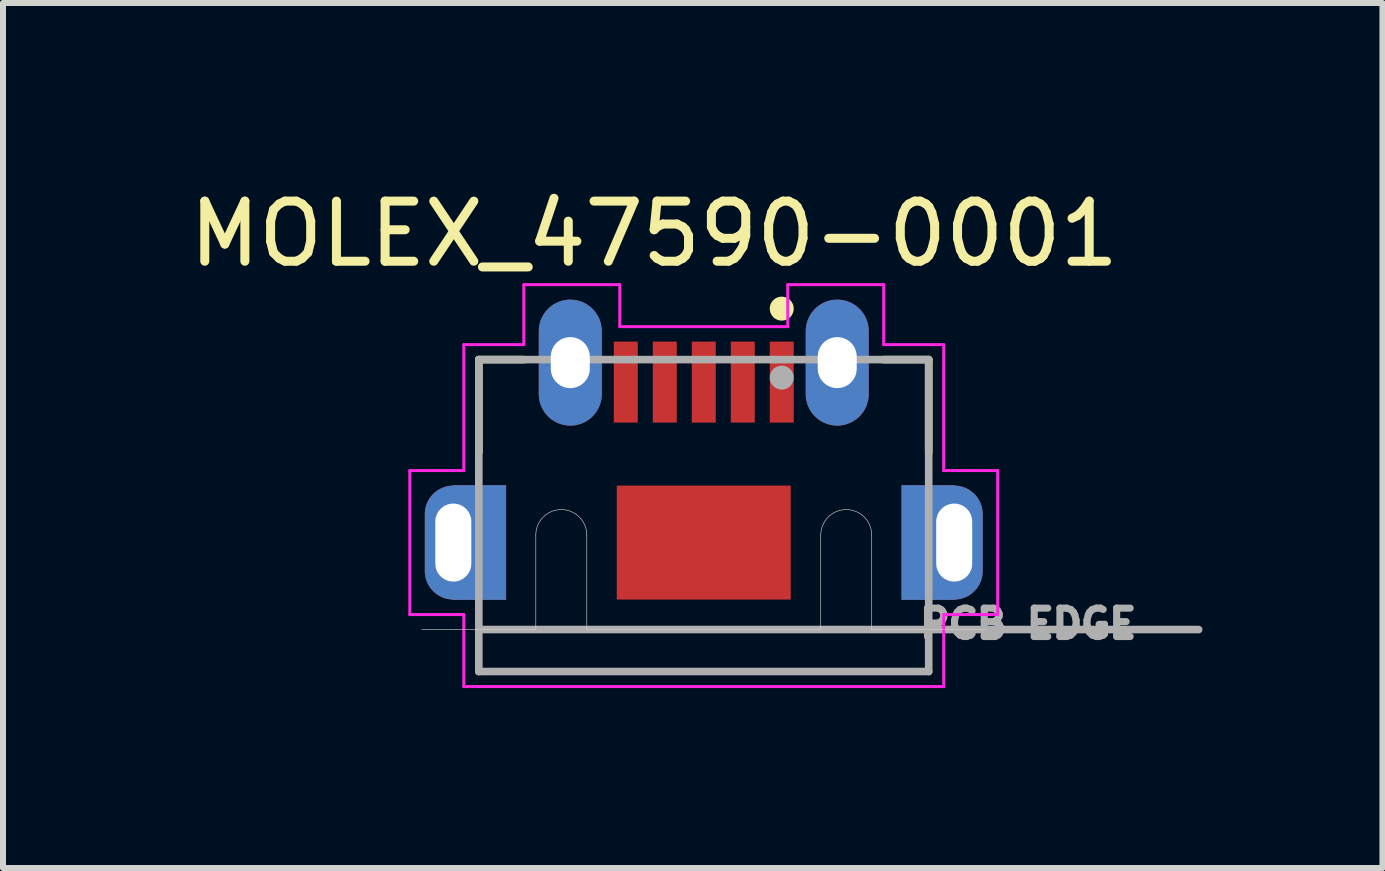
<source format=kicad_pcb>
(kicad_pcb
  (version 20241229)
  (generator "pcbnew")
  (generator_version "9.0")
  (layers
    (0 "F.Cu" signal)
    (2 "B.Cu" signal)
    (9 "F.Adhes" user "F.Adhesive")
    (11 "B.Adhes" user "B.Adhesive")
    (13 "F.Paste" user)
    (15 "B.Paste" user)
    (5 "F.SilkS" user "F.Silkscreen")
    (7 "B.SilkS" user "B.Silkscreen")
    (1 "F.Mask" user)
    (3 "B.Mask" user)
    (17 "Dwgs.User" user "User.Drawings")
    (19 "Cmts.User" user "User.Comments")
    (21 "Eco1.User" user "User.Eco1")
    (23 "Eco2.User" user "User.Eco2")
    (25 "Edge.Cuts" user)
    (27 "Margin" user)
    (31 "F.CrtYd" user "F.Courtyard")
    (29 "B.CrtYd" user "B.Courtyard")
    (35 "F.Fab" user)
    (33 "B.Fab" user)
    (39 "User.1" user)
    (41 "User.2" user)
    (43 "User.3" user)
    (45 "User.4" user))
  (footprint "MOLEX_47590-0001"
    (layer "F.Cu")
    (at 8.682 5.995)
    (property "Reference" "MOLEX_47590-0001" (at -0.827 -5.146 0) (layer "F.SilkS") (effects (font (size 1.002 1.002) (thickness 0.15))))
    (attr smd)
    (fp_poly (pts (xy -4.177 -0.95) (xy -3.3 -0.95) (xy -3.3 0.951) (xy -4.177 0.951)) (stroke (width 0.01) (type solid)) (fill yes) (layer "F.Cu"))
    (fp_poly (pts (xy 3.3 -0.95) (xy 4.175 -0.95) (xy 4.175 0.95) (xy 3.3 0.95)) (stroke (width 0.01) (type solid)) (fill yes) (layer "F.Cu"))
    (fp_poly (pts (xy -4.175 -1.05) (xy -3.2 -1.05) (xy -3.2 1.05) (xy -4.175 1.05)) (stroke (width 0.01) (type solid)) (fill yes) (layer "F.Mask"))
    (fp_poly (pts (xy 3.205 -1.05) (xy 4.175 -1.05) (xy 4.175 1.052) (xy 3.205 1.052)) (stroke (width 0.01) (type solid)) (fill yes) (layer "F.Mask"))
    (fp_poly (pts (xy -4.177 -0.95) (xy -3.3 -0.95) (xy -3.3 0.95) (xy -4.177 0.95)) (stroke (width 0.01) (type solid)) (fill yes) (layer "B.Cu"))
    (fp_poly (pts (xy 3.305 -0.95) (xy 4.175 -0.95) (xy 4.175 0.951) (xy 3.305 0.951)) (stroke (width 0.01) (type solid)) (fill yes) (layer "B.Cu"))
    (fp_poly (pts (xy -4.181 -1.05) (xy -3.2 -1.05) (xy -3.2 1.052) (xy -4.181 1.052)) (stroke (width 0.01) (type solid)) (fill yes) (layer "B.Mask"))
    (fp_poly (pts (xy 3.206 -1.05) (xy 4.175 -1.05) (xy 4.175 1.052) (xy 3.206 1.052)) (stroke (width 0.01) (type solid)) (fill yes) (layer "B.Mask"))
    (fp_line (start -3.75 -3.05) (end -3.75 -1.5) (stroke (width 0.127) (type solid)) (layer "F.SilkS"))
    (fp_line (start -3 -3.05) (end -3.75 -3.05) (stroke (width 0.127) (type solid)) (layer "F.SilkS"))
    (fp_line (start 3 -3.05) (end 3.75 -3.05) (stroke (width 0.127) (type solid)) (layer "F.SilkS"))
    (fp_line (start 3.75 -3.05) (end 3.75 -1.5) (stroke (width 0.127) (type solid)) (layer "F.SilkS"))
    (fp_circle (center 1.3 -3.9) (end 1.4 -3.9) (stroke (width 0.2) (type solid)) (fill no) (layer "F.SilkS"))
    (fp_poly (pts (xy -4.178 -0.95) (xy -3.3 -0.95) (xy -3.3 0.951) (xy -4.178 0.951)) (stroke (width 0.01) (type solid)) (fill yes) (layer "F.Paste"))
    (fp_poly (pts (xy 3.306 -0.95) (xy 4.175 -0.95) (xy 4.175 0.952) (xy 3.306 0.952)) (stroke (width 0.01) (type solid)) (fill yes) (layer "F.Paste"))
    (fp_poly (pts (xy -4.183 -0.95) (xy -3.3 -0.95) (xy -3.3 0.952) (xy -4.183 0.952)) (stroke (width 0.01) (type solid)) (fill yes) (layer "B.Paste"))
    (fp_poly (pts (xy 3.305 -0.95) (xy 4.175 -0.95) (xy 4.175 0.952) (xy 3.305 0.952)) (stroke (width 0.01) (type solid)) (fill yes) (layer "B.Paste"))
    (fp_line (start -2.8 1.45) (end -4.7 1.45) (stroke (width 0.01) (type solid)) (layer "Edge.Cuts"))
    (fp_line (start -2.8 1.45) (end -2.8 -0.125) (stroke (width 0.01) (type solid)) (layer "Edge.Cuts"))
    (fp_line (start -1.95 -0.125) (end -1.95 1.45) (stroke (width 0.01) (type solid)) (layer "Edge.Cuts"))
    (fp_line (start -1.95 1.45) (end 1.95 1.45) (stroke (width 0.01) (type solid)) (layer "Edge.Cuts"))
    (fp_line (start 1.95 1.45) (end 1.95 -0.125) (stroke (width 0.01) (type solid)) (layer "Edge.Cuts"))
    (fp_line (start 2.8 -0.125) (end 2.8 1.45) (stroke (width 0.01) (type solid)) (layer "Edge.Cuts"))
    (fp_line (start 2.8 1.45) (end 4.7 1.45) (stroke (width 0.01) (type solid)) (layer "Edge.Cuts"))
    (fp_arc (start -2.8 -0.125) (mid -2.375 -0.55) (end -1.95 -0.125) (stroke (width 0.01) (type solid)) (layer "Edge.Cuts"))
    (fp_arc (start 1.95 -0.125) (mid 2.375 -0.55) (end 2.8 -0.125) (stroke (width 0.01) (type solid)) (layer "Edge.Cuts"))
    (fp_line (start -4.9 -1.2) (end -4 -1.2) (stroke (width 0.05) (type solid)) (layer "F.CrtYd"))
    (fp_line (start -4.9 1.2) (end -4.9 -1.2) (stroke (width 0.05) (type solid)) (layer "F.CrtYd"))
    (fp_line (start -4 -3.3) (end -3 -3.3) (stroke (width 0.05) (type solid)) (layer "F.CrtYd"))
    (fp_line (start -4 -1.2) (end -4 -3.3) (stroke (width 0.05) (type solid)) (layer "F.CrtYd"))
    (fp_line (start -4 1.2) (end -4.9 1.2) (stroke (width 0.05) (type solid)) (layer "F.CrtYd"))
    (fp_line (start -4 2.4) (end -4 1.2) (stroke (width 0.05) (type solid)) (layer "F.CrtYd"))
    (fp_line (start -3 -4.3) (end -1.4 -4.3) (stroke (width 0.05) (type solid)) (layer "F.CrtYd"))
    (fp_line (start -3 -3.3) (end -3 -4.3) (stroke (width 0.05) (type solid)) (layer "F.CrtYd"))
    (fp_line (start -1.4 -4.3) (end -1.4 -3.6) (stroke (width 0.05) (type solid)) (layer "F.CrtYd"))
    (fp_line (start -1.4 -3.6) (end 1.4 -3.6) (stroke (width 0.05) (type solid)) (layer "F.CrtYd"))
    (fp_line (start 1.4 -4.3) (end 3 -4.3) (stroke (width 0.05) (type solid)) (layer "F.CrtYd"))
    (fp_line (start 1.4 -3.6) (end 1.4 -4.3) (stroke (width 0.05) (type solid)) (layer "F.CrtYd"))
    (fp_line (start 3 -4.3) (end 3 -3.3) (stroke (width 0.05) (type solid)) (layer "F.CrtYd"))
    (fp_line (start 3 -3.3) (end 4 -3.3) (stroke (width 0.05) (type solid)) (layer "F.CrtYd"))
    (fp_line (start 4 -3.3) (end 4 -1.2) (stroke (width 0.05) (type solid)) (layer "F.CrtYd"))
    (fp_line (start 4 -1.2) (end 4.9 -1.2) (stroke (width 0.05) (type solid)) (layer "F.CrtYd"))
    (fp_line (start 4 1.2) (end 4 2.4) (stroke (width 0.05) (type solid)) (layer "F.CrtYd"))
    (fp_line (start 4 2.4) (end -4 2.4) (stroke (width 0.05) (type solid)) (layer "F.CrtYd"))
    (fp_line (start 4.9 -1.2) (end 4.9 1.2) (stroke (width 0.05) (type solid)) (layer "F.CrtYd"))
    (fp_line (start 4.9 1.2) (end 4 1.2) (stroke (width 0.05) (type solid)) (layer "F.CrtYd"))
    (fp_line (start -3.75 -3.05) (end 3.75 -3.05) (stroke (width 0.127) (type solid)) (layer "F.Fab"))
    (fp_line (start -3.75 1.45) (end -3.75 -3.05) (stroke (width 0.127) (type solid)) (layer "F.Fab"))
    (fp_line (start -3.75 1.45) (end 8.25 1.45) (stroke (width 0.127) (type solid)) (layer "F.Fab"))
    (fp_line (start -3.75 2.15) (end -3.75 1.45) (stroke (width 0.127) (type solid)) (layer "F.Fab"))
    (fp_line (start 3.75 -3.05) (end 3.75 2.15) (stroke (width 0.127) (type solid)) (layer "F.Fab"))
    (fp_line (start 3.75 2.15) (end -3.75 2.15) (stroke (width 0.127) (type solid)) (layer "F.Fab"))
    (fp_circle (center 1.3 -2.75) (end 1.4 -2.75) (stroke (width 0.2) (type solid)) (fill no) (layer "F.Fab"))
    (fp_text user "PCB EDGE" (at 5.408 1.353 0) (layer "F.Fab") (effects (font (size 0.473 0.473) (thickness 0.15))))
    (pad "1" smd rect (at 1.3 -2.675 90) (size 1.35 0.4) (layers "F.Cu" "F.Mask" "F.Paste"))
    (pad "2" smd rect (at 0.65 -2.675 90) (size 1.35 0.4) (layers "F.Cu" "F.Mask" "F.Paste"))
    (pad "3" smd rect (at 0 -2.675 90) (size 1.35 0.4) (layers "F.Cu" "F.Mask" "F.Paste"))
    (pad "4" smd rect (at -0.65 -2.675 90) (size 1.35 0.4) (layers "F.Cu" "F.Mask" "F.Paste"))
    (pad "5" smd rect (at -1.3 -2.675 90) (size 1.35 0.4) (layers "F.Cu" "F.Mask" "F.Paste"))
    (pad "SH1" thru_hole oval (at -2.225 -3) (size 1.05 2.1) (drill oval 0.65 0.85) (layers "*.Cu" "*.Mask"))
    (pad "SH2" thru_hole oval (at 2.225 -3) (size 1.05 2.1) (drill oval 0.65 0.85) (layers "*.Cu" "*.Mask"))
    (pad "SH3" thru_hole oval (at -4.175 0) (size 0.95 1.9) (drill oval 0.6 1.3) (layers "*.Cu" "*.Mask"))
    (pad "SH4" thru_hole oval (at 4.175 0) (size 0.95 1.9) (drill oval 0.6 1.3) (layers "*.Cu" "*.Mask"))
    (pad "SH5" smd rect (at 0 0 90) (size 1.9 2.9) (layers "F.Cu" "F.Mask" "F.Paste")))
  (gr_rect
    (start -3 -3)
    (end 19.996 11.42)
    (stroke (width 0.1) (type default))
    (fill no)
    (layer "Edge.Cuts")))
</source>
